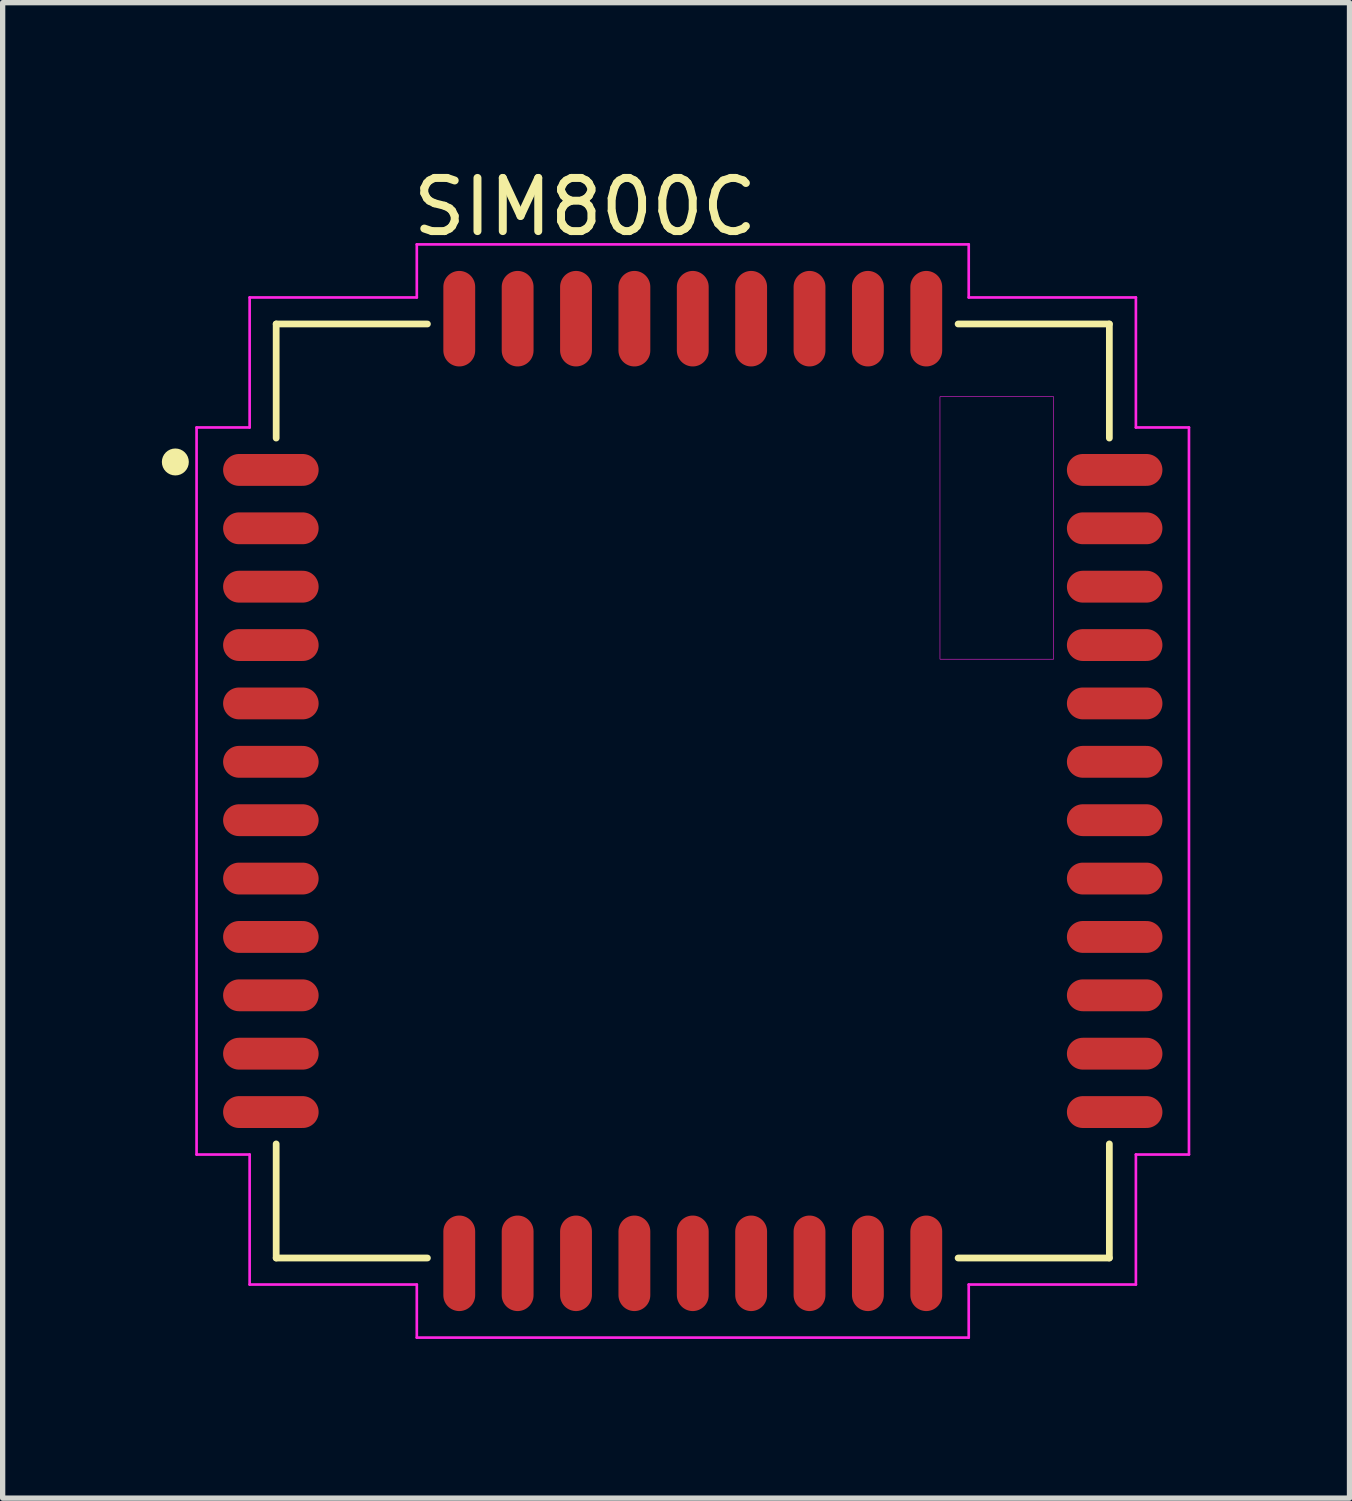
<source format=kicad_pcb>
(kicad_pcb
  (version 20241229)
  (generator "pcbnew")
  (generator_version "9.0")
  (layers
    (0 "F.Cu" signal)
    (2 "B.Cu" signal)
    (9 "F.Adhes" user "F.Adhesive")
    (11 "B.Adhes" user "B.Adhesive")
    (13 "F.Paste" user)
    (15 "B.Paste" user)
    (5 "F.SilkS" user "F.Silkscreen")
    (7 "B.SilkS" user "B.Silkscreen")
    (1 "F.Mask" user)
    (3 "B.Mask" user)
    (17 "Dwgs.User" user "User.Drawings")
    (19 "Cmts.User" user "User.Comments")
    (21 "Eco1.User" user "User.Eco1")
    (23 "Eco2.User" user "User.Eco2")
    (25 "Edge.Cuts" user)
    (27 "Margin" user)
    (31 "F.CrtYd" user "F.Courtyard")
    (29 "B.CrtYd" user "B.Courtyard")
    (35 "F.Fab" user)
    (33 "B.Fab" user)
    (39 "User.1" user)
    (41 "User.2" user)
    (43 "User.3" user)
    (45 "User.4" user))
  (footprint "SIM800C"
    (layer "F.Cu")
    (at 10.004 11.855)
    (property "Reference" "SIM800C" (at -2.029 -11.006 0) (layer "F.SilkS") (effects (font (size 1.002 1.002) (thickness 0.15))))
    (attr smd)
    (fp_line (start -7.85 -8.8) (end -7.85 -6.65) (stroke (width 0.127) (type solid)) (layer "F.SilkS"))
    (fp_line (start -7.85 6.65) (end -7.85 8.8) (stroke (width 0.127) (type solid)) (layer "F.SilkS"))
    (fp_line (start -7.85 8.8) (end -5 8.8) (stroke (width 0.127) (type solid)) (layer "F.SilkS"))
    (fp_line (start -5 -8.8) (end -7.85 -8.8) (stroke (width 0.127) (type solid)) (layer "F.SilkS"))
    (fp_line (start 5 8.8) (end 7.85 8.8) (stroke (width 0.127) (type solid)) (layer "F.SilkS"))
    (fp_line (start 7.85 -8.8) (end 5 -8.8) (stroke (width 0.127) (type solid)) (layer "F.SilkS"))
    (fp_line (start 7.85 -6.65) (end 7.85 -8.8) (stroke (width 0.127) (type solid)) (layer "F.SilkS"))
    (fp_line (start 7.85 8.8) (end 7.85 6.65) (stroke (width 0.127) (type solid)) (layer "F.SilkS"))
    (fp_circle (center -9.75 -6.2) (end -9.496 -6.2) (stroke (width 0) (type solid)) (fill yes) (layer "F.SilkS"))
    (fp_line (start -9.35 -6.85) (end -8.35 -6.85) (stroke (width 0.05) (type solid)) (layer "F.CrtYd"))
    (fp_line (start -9.35 6.85) (end -9.35 -6.85) (stroke (width 0.05) (type solid)) (layer "F.CrtYd"))
    (fp_line (start -8.35 -9.3) (end -5.2 -9.3) (stroke (width 0.05) (type solid)) (layer "F.CrtYd"))
    (fp_line (start -8.35 -6.85) (end -8.35 -9.3) (stroke (width 0.05) (type solid)) (layer "F.CrtYd"))
    (fp_line (start -8.35 6.85) (end -9.35 6.85) (stroke (width 0.05) (type solid)) (layer "F.CrtYd"))
    (fp_line (start -8.35 9.3) (end -8.35 6.85) (stroke (width 0.05) (type solid)) (layer "F.CrtYd"))
    (fp_line (start -5.2 -10.3) (end 5.2 -10.3) (stroke (width 0.05) (type solid)) (layer "F.CrtYd"))
    (fp_line (start -5.2 -9.3) (end -5.2 -10.3) (stroke (width 0.05) (type solid)) (layer "F.CrtYd"))
    (fp_line (start -5.2 9.3) (end -8.35 9.3) (stroke (width 0.05) (type solid)) (layer "F.CrtYd"))
    (fp_line (start -5.2 10.3) (end -5.2 9.3) (stroke (width 0.05) (type solid)) (layer "F.CrtYd"))
    (fp_line (start 5.2 -10.3) (end 5.2 -9.3) (stroke (width 0.05) (type solid)) (layer "F.CrtYd"))
    (fp_line (start 5.2 -9.3) (end 8.35 -9.3) (stroke (width 0.05) (type solid)) (layer "F.CrtYd"))
    (fp_line (start 5.2 9.3) (end 5.2 10.3) (stroke (width 0.05) (type solid)) (layer "F.CrtYd"))
    (fp_line (start 5.2 10.3) (end -5.2 10.3) (stroke (width 0.05) (type solid)) (layer "F.CrtYd"))
    (fp_line (start 8.35 -9.3) (end 8.35 -6.85) (stroke (width 0.05) (type solid)) (layer "F.CrtYd"))
    (fp_line (start 8.35 -6.85) (end 9.35 -6.85) (stroke (width 0.05) (type solid)) (layer "F.CrtYd"))
    (fp_line (start 8.35 6.85) (end 8.35 9.3) (stroke (width 0.05) (type solid)) (layer "F.CrtYd"))
    (fp_line (start 8.35 9.3) (end 5.2 9.3) (stroke (width 0.05) (type solid)) (layer "F.CrtYd"))
    (fp_line (start 9.35 -6.85) (end 9.35 6.85) (stroke (width 0.05) (type solid)) (layer "F.CrtYd"))
    (fp_line (start 9.35 6.85) (end 8.35 6.85) (stroke (width 0.05) (type solid)) (layer "F.CrtYd"))
    (fp_poly (pts (xy 4.658 -7.43) (xy 6.8 -7.43) (xy 6.8 -2.484) (xy 4.658 -2.484)) (stroke (width 0.01) (type solid)) (fill no) (layer "F.CrtYd"))
    (pad "1" smd oval (at -7.95 -6.05) (size 1.8 0.6) (layers "F.Cu" "F.Mask" "F.Paste"))
    (pad "2" smd oval (at -7.95 -4.95) (size 1.8 0.6) (layers "F.Cu" "F.Mask" "F.Paste"))
    (pad "3" smd oval (at -7.95 -3.85) (size 1.8 0.6) (layers "F.Cu" "F.Mask" "F.Paste"))
    (pad "4" smd oval (at -7.95 -2.75) (size 1.8 0.6) (layers "F.Cu" "F.Mask" "F.Paste"))
    (pad "5" smd oval (at -7.95 -1.65) (size 1.8 0.6) (layers "F.Cu" "F.Mask" "F.Paste"))
    (pad "6" smd oval (at -7.95 -0.55) (size 1.8 0.6) (layers "F.Cu" "F.Mask" "F.Paste"))
    (pad "7" smd oval (at -7.95 0.55) (size 1.8 0.6) (layers "F.Cu" "F.Mask" "F.Paste"))
    (pad "8" smd oval (at -7.95 1.65) (size 1.8 0.6) (layers "F.Cu" "F.Mask" "F.Paste"))
    (pad "9" smd oval (at -7.95 2.75) (size 1.8 0.6) (layers "F.Cu" "F.Mask" "F.Paste"))
    (pad "10" smd oval (at -7.95 3.85) (size 1.8 0.6) (layers "F.Cu" "F.Mask" "F.Paste"))
    (pad "11" smd oval (at -7.95 4.95) (size 1.8 0.6) (layers "F.Cu" "F.Mask" "F.Paste"))
    (pad "12" smd oval (at -7.95 6.05) (size 1.8 0.6) (layers "F.Cu" "F.Mask" "F.Paste"))
    (pad "13" smd oval (at -4.4 8.9 90) (size 1.8 0.6) (layers "F.Cu" "F.Mask" "F.Paste"))
    (pad "14" smd oval (at -3.3 8.9 90) (size 1.8 0.6) (layers "F.Cu" "F.Mask" "F.Paste"))
    (pad "15" smd oval (at -2.2 8.9 90) (size 1.8 0.6) (layers "F.Cu" "F.Mask" "F.Paste"))
    (pad "16" smd oval (at -1.1 8.9 90) (size 1.8 0.6) (layers "F.Cu" "F.Mask" "F.Paste"))
    (pad "17" smd oval (at 0 8.9 90) (size 1.8 0.6) (layers "F.Cu" "F.Mask" "F.Paste"))
    (pad "18" smd oval (at 1.1 8.9 90) (size 1.8 0.6) (layers "F.Cu" "F.Mask" "F.Paste"))
    (pad "19" smd oval (at 2.2 8.9 90) (size 1.8 0.6) (layers "F.Cu" "F.Mask" "F.Paste"))
    (pad "20" smd oval (at 3.3 8.9 90) (size 1.8 0.6) (layers "F.Cu" "F.Mask" "F.Paste"))
    (pad "21" smd oval (at 4.4 8.9 90) (size 1.8 0.6) (layers "F.Cu" "F.Mask" "F.Paste"))
    (pad "22" smd oval (at 7.95 6.05 180) (size 1.8 0.6) (layers "F.Cu" "F.Mask" "F.Paste"))
    (pad "23" smd oval (at 7.95 4.95 180) (size 1.8 0.6) (layers "F.Cu" "F.Mask" "F.Paste"))
    (pad "24" smd oval (at 7.95 3.85 180) (size 1.8 0.6) (layers "F.Cu" "F.Mask" "F.Paste"))
    (pad "25" smd oval (at 7.95 2.75 180) (size 1.8 0.6) (layers "F.Cu" "F.Mask" "F.Paste"))
    (pad "26" smd oval (at 7.95 1.65 180) (size 1.8 0.6) (layers "F.Cu" "F.Mask" "F.Paste"))
    (pad "27" smd oval (at 7.95 0.55 180) (size 1.8 0.6) (layers "F.Cu" "F.Mask" "F.Paste"))
    (pad "28" smd oval (at 7.95 -0.55 180) (size 1.8 0.6) (layers "F.Cu" "F.Mask" "F.Paste"))
    (pad "29" smd oval (at 7.95 -1.65 180) (size 1.8 0.6) (layers "F.Cu" "F.Mask" "F.Paste"))
    (pad "30" smd oval (at 7.95 -2.75 180) (size 1.8 0.6) (layers "F.Cu" "F.Mask" "F.Paste"))
    (pad "31" smd oval (at 7.95 -3.85 180) (size 1.8 0.6) (layers "F.Cu" "F.Mask" "F.Paste"))
    (pad "32" smd oval (at 7.95 -4.95 180) (size 1.8 0.6) (layers "F.Cu" "F.Mask" "F.Paste"))
    (pad "33" smd oval (at 7.95 -6.05 180) (size 1.8 0.6) (layers "F.Cu" "F.Mask" "F.Paste"))
    (pad "34" smd oval (at 4.4 -8.9 270) (size 1.8 0.6) (layers "F.Cu" "F.Mask" "F.Paste"))
    (pad "35" smd oval (at 3.3 -8.9 270) (size 1.8 0.6) (layers "F.Cu" "F.Mask" "F.Paste"))
    (pad "36" smd oval (at 2.2 -8.9 270) (size 1.8 0.6) (layers "F.Cu" "F.Mask" "F.Paste"))
    (pad "37" smd oval (at 1.1 -8.9 270) (size 1.8 0.6) (layers "F.Cu" "F.Mask" "F.Paste"))
    (pad "38" smd oval (at 0 -8.9 270) (size 1.8 0.6) (layers "F.Cu" "F.Mask" "F.Paste"))
    (pad "39" smd oval (at -1.1 -8.9 270) (size 1.8 0.6) (layers "F.Cu" "F.Mask" "F.Paste"))
    (pad "40" smd oval (at -2.2 -8.9 270) (size 1.8 0.6) (layers "F.Cu" "F.Mask" "F.Paste"))
    (pad "41" smd oval (at -3.3 -8.9 270) (size 1.8 0.6) (layers "F.Cu" "F.Mask" "F.Paste"))
    (pad "42" smd oval (at -4.4 -8.9 270) (size 1.8 0.6) (layers "F.Cu" "F.Mask" "F.Paste"))
    (zone (net_name "") (layer "F.Cu") (hatch full 0.508) (connect_pads) (min_thickness 0.01) (filled_areas_thickness no) (keepout (tracks not_allowed) (vias not_allowed) (pads not_allowed) (copperpour not_allowed) (footprints allowed)) (placement (enabled no)) (fill) (polygon (pts (xy 14.66 4.425) (xy 16.804 4.425) (xy 16.804 9.372) (xy 14.66 9.372)))))
  (gr_rect
    (start -3 -3)
    (end 22.379 25.18)
    (stroke (width 0.1) (type default))
    (fill no)
    (layer "Edge.Cuts")))
</source>
